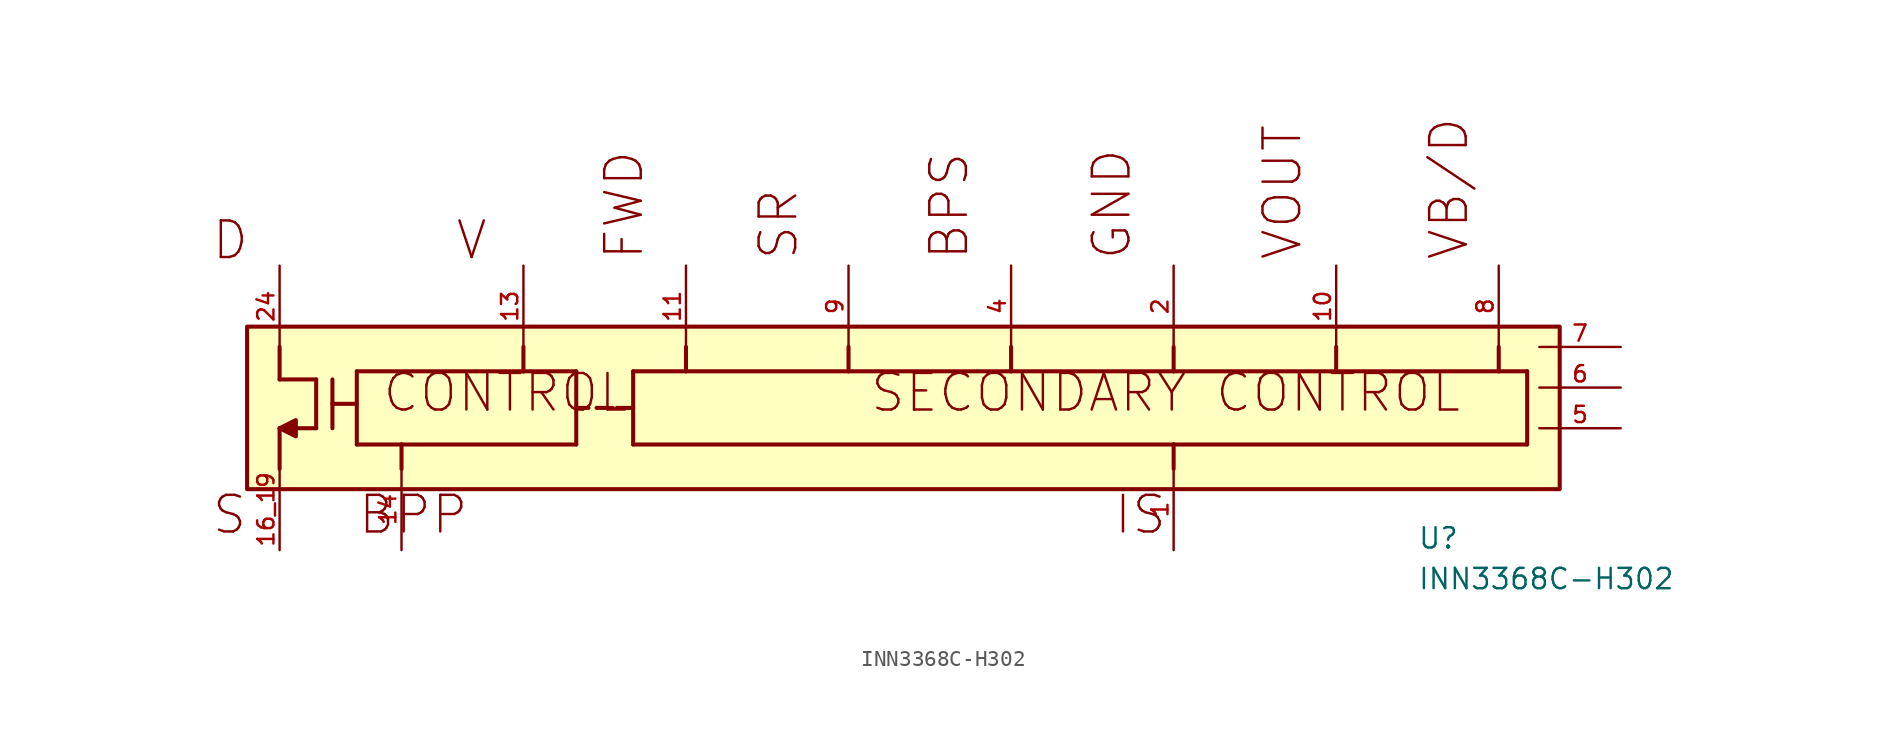
<source format=kicad_sym>
(kicad_symbol_lib
  (version 20211014)
  (generator kicad_symbol_editor)
  (symbol "INN3368C-H302"
    (pin_names
      (offset 1.016))
    (property "Reference" "U"
      (at 73.66 -17.78 0)
      (effects (font (size 1.27 1.27)) (justify bottom left)))
    (property "Value" "INN3368C-H302"
      (at 73.66 -20.32 0)
      (effects (font (size 1.27 1.27)) (justify bottom left)))
    (symbol "INN3368C-H302_0_0"
      (polyline (pts (xy 2.54 -5.08) (xy 2.54 -7.112)) (stroke (width 0.254)))
      (polyline (pts (xy 2.54 -7.112) (xy 4.826 -7.112)) (stroke (width 0.254)))
      (polyline (pts (xy 4.826 -7.112) (xy 4.826 -10.16)) (stroke (width 0.254)))
      (polyline (pts (xy 4.826 -10.16) (xy 2.54 -10.16)) (stroke (width 0.254)))
      (polyline (pts (xy 2.54 -10.16) (xy 2.54 -12.7)) (stroke (width 0.254)))
      (polyline (pts (xy 5.842 -7.112) (xy 5.842 -8.636)) (stroke (width 0.254)))
      (polyline (pts (xy 5.842 -8.636) (xy 5.842 -10.16)) (stroke (width 0.254)))
      (polyline (pts (xy 5.842 -8.636) (xy 7.366 -8.636)) (stroke (width 0.254)))
      (polyline (pts (xy 7.366 -6.604) (xy 17.78 -6.604)) (stroke (width 0.254)))
      (polyline (pts (xy 17.78 -6.604) (xy 21.082 -6.604)) (stroke (width 0.254)))
      (polyline (pts (xy 21.082 -6.604) (xy 21.082 -8.89)) (stroke (width 0.254)))
      (polyline (pts (xy 21.082 -8.89) (xy 21.082 -11.176)) (stroke (width 0.254)))
      (polyline (pts (xy 21.082 -11.176) (xy 10.16 -11.176)) (stroke (width 0.254)))
      (polyline (pts (xy 10.16 -11.176) (xy 7.366 -11.176)) (stroke (width 0.254)))
      (polyline (pts (xy 7.366 -11.176) (xy 7.366 -6.604)) (stroke (width 0.254)))
      (text "D" (at -1.778 0.254 0) (effects (font (size 2.286 2.286)) (justify bottom left)))
      (text "S" (at -1.778 -14.224 0) (effects (font (size 2.286 2.286)) (justify top left)))
      (text "CONTROL" (at 8.89 -6.604 0) (effects (font (size 2.286 2.286)) (justify top left)))
      (polyline (pts (xy 24.638 -6.604) (xy 27.94 -6.604)) (stroke (width 0.254)))
      (polyline (pts (xy 27.94 -6.604) (xy 38.1 -6.604)) (stroke (width 0.254)))
      (polyline (pts (xy 38.1 -6.604) (xy 48.26 -6.604)) (stroke (width 0.254)))
      (polyline (pts (xy 48.26 -6.604) (xy 58.42 -6.604)) (stroke (width 0.254)))
      (polyline (pts (xy 58.42 -6.604) (xy 68.58 -6.604)) (stroke (width 0.254)))
      (polyline (pts (xy 68.58 -6.604) (xy 78.74 -6.604)) (stroke (width 0.254)))
      (polyline (pts (xy 78.74 -6.604) (xy 80.518 -6.604)) (stroke (width 0.254)))
      (polyline (pts (xy 80.518 -6.604) (xy 80.518 -11.176)) (stroke (width 0.254)))
      (polyline (pts (xy 80.518 -11.176) (xy 58.42 -11.176)) (stroke (width 0.254)))
      (polyline (pts (xy 58.42 -11.176) (xy 24.638 -11.176)) (stroke (width 0.254)))
      (polyline (pts (xy 24.638 -11.176) (xy 24.638 -8.89)) (stroke (width 0.254)))
      (text "SECONDARY CONTROL" (at 39.37 -6.604 0) (effects (font (size 2.286 2.286)) (justify top left)))
      (text "V" (at 13.462 0.254 0) (effects (font (size 2.286 2.286)) (justify bottom left)))
      (polyline (pts (xy 24.638 -8.89) (xy 24.638 -6.604)) (stroke (width 0.254)))
      (polyline (pts (xy 17.78 -5.08) (xy 17.78 -6.604)) (stroke (width 0.254)))
      (text "BPP" (at 7.366 -14.224 0) (effects (font (size 2.286 2.286)) (justify top left)))
      (polyline (pts (xy 10.16 -11.176) (xy 10.16 -12.7)) (stroke (width 0.254)))
      (text "FWD" (at 25.4 0.254 900) (effects (font (size 2.286 2.286)) (justify bottom left)))
      (polyline (pts (xy 27.94 -5.08) (xy 27.94 -6.604)) (stroke (width 0.254)))
      (text "SR" (at 35.052 0.254 900) (effects (font (size 2.286 2.286)) (justify bottom left)))
      (polyline (pts (xy 38.1 -5.08) (xy 38.1 -6.604)) (stroke (width 0.254)))
      (text "BPS" (at 45.72 0.254 900) (effects (font (size 2.286 2.286)) (justify bottom left)))
      (polyline (pts (xy 48.26 -5.08) (xy 48.26 -6.604)) (stroke (width 0.254)))
      (text "GND" (at 55.88 0.254 900) (effects (font (size 2.286 2.286)) (justify bottom left)))
      (polyline (pts (xy 58.42 -5.08) (xy 58.42 -6.604)) (stroke (width 0.254)))
      (text "VOUT" (at 66.548 0.254 900) (effects (font (size 2.286 2.286)) (justify bottom left)))
      (polyline (pts (xy 68.58 -5.08) (xy 68.58 -6.604)) (stroke (width 0.254)))
      (text "VB/D" (at 76.962 0.254 900) (effects (font (size 2.286 2.286)) (justify bottom left)))
      (polyline (pts (xy 78.74 -5.08) (xy 78.74 -6.604)) (stroke (width 0.254)))
      (text "IS" (at 54.61 -14.224 0) (effects (font (size 2.286 2.286)) (justify top left)))
      (polyline (pts (xy 58.42 -11.176) (xy 58.42 -12.7)) (stroke (width 0.254)))
      (polyline (pts (xy 21.082 -8.89) (xy 21.844 -8.89)) (stroke (width 0.254)))
      (polyline (pts (xy 22.352 -8.89) (xy 23.368 -8.89)) (stroke (width 0.254)))
      (polyline (pts (xy 23.622 -8.89) (xy 24.638 -8.89)) (stroke (width 0.254)))
      (polyline (pts (xy 2.54 -10.16) (xy 3.556 -9.652) (xy 3.556 -10.668) (xy 2.54 -10.16)) (stroke (width 0.254)) (fill (type outline)))
      (rectangle (start 0.508 -13.97) (end 82.55 -3.81) (stroke (width 0.254)) (fill (type background)))
      (pin passive line (at 2.54 0.0 270.0) (length 5.08) (name "~" (effects (font (size 1.016 1.016)))) (number "24" (effects (font (size 1.016 1.016)))))
      (pin input line (at 17.78 0.0 270.0) (length 5.08) (name "~" (effects (font (size 1.016 1.016)))) (number "13" (effects (font (size 1.016 1.016)))))
      (pin input line (at 27.94 0.0 270.0) (length 5.08) (name "~" (effects (font (size 1.016 1.016)))) (number "11" (effects (font (size 1.016 1.016)))))
      (pin passive line (at 38.1 0.0 270.0) (length 5.08) (name "~" (effects (font (size 1.016 1.016)))) (number "9" (effects (font (size 1.016 1.016)))))
      (pin passive line (at 48.26 0.0 270.0) (length 5.08) (name "~" (effects (font (size 1.016 1.016)))) (number "4" (effects (font (size 1.016 1.016)))))
      (pin power_in line (at 58.42 0.0 270.0) (length 5.08) (name "~" (effects (font (size 1.016 1.016)))) (number "2" (effects (font (size 1.016 1.016)))))
      (pin output line (at 68.58 0.0 270.0) (length 5.08) (name "~" (effects (font (size 1.016 1.016)))) (number "10" (effects (font (size 1.016 1.016)))))
      (pin input line (at 78.74 0.0 270.0) (length 5.08) (name "~" (effects (font (size 1.016 1.016)))) (number "8" (effects (font (size 1.016 1.016)))))
      (pin passive line (at 2.54 -17.78 90.0) (length 5.08) (name "~" (effects (font (size 1.016 1.016)))) (number "16_19" (effects (font (size 1.016 1.016)))))
      (pin passive line (at 10.16 -17.78 90.0) (length 5.08) (name "~" (effects (font (size 1.016 1.016)))) (number "14" (effects (font (size 1.016 1.016)))))
      (pin input line (at 58.42 -17.78 90.0) (length 5.08) (name "~" (effects (font (size 1.016 1.016)))) (number "1" (effects (font (size 1.016 1.016)))))
      (pin power_in line (at 86.36 -5.08 180.0) (length 5.08) (name "~" (effects (font (size 1.016 1.016)))) (number "7" (effects (font (size 1.016 1.016)))))
      (pin bidirectional line (at 86.36 -7.62 180.0) (length 5.08) (name "~" (effects (font (size 1.016 1.016)))) (number "6" (effects (font (size 1.016 1.016)))))
      (pin input line (at 86.36 -10.16 180.0) (length 5.08) (name "~" (effects (font (size 1.016 1.016)))) (number "5" (effects (font (size 1.016 1.016))))))))
</source>
